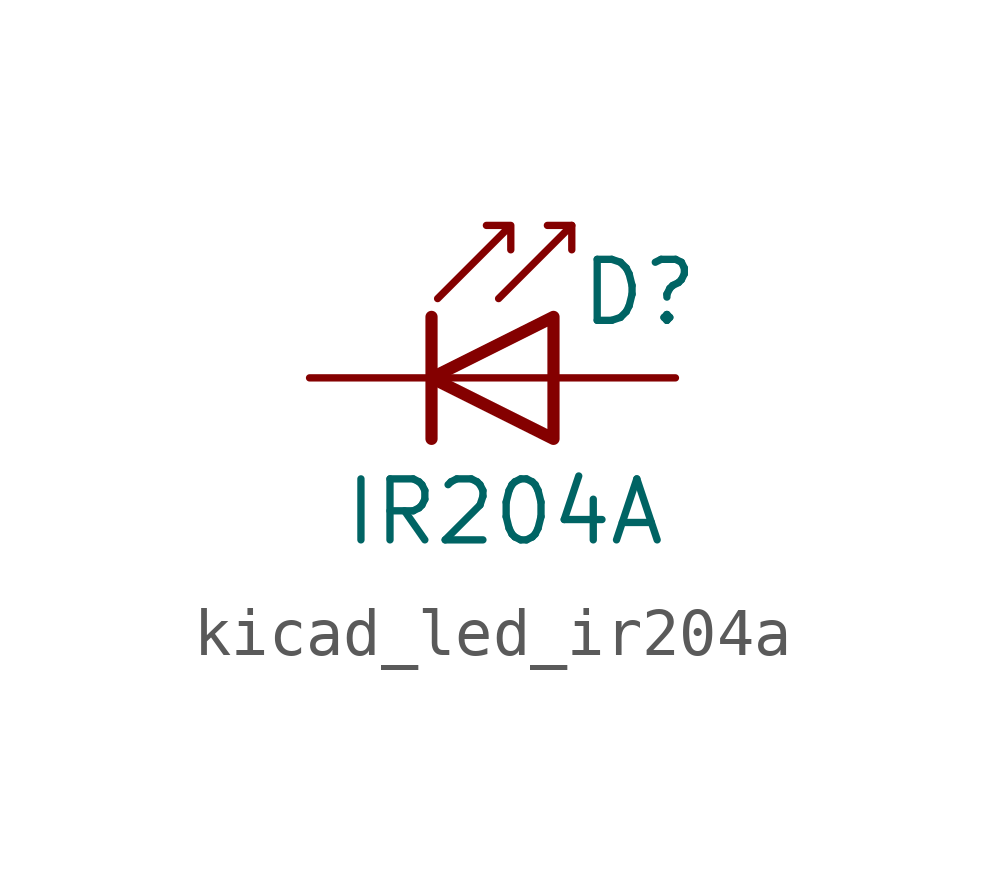
<source format=kicad_sym>
(kicad_symbol_lib
  (version 20220914)
  (generator kicad_symbol_editor)
  (symbol "kicad_led_ir204a"
    (pin_numbers hide)
    (pin_names
      (offset 1.016) hide)
    (property "Reference" "D"
      (at 0.508 1.778 0)
      (effects (font (size 1.27 1.27)) (justify left)))
    (property "Value" "IR204A"
      (at -1.016 -2.794 0)
      (effects (font (size 1.27 1.27))))
    (symbol "kicad_led_ir204a_0_1"
      (polyline (pts (xy -2.54 1.27) (xy -2.54 -1.27)) (stroke (width 0.254) (type default)) (fill (type none)))
      (polyline (pts (xy 0 0) (xy -2.54 0)) (stroke (width 0) (type default)) (fill (type none)))
      (polyline (pts (xy 0.381 3.175) (xy -0.127 3.175)) (stroke (width 0) (type default)) (fill (type none)))
      (polyline (pts (xy -1.143 1.651) (xy 0.381 3.175) (xy 0.381 2.667)) (stroke (width 0) (type default)) (fill (type none)))
      (polyline (pts (xy 0 1.27) (xy -2.54 0) (xy 0 -1.27) (xy 0 1.27)) (stroke (width 0.254) (type default)) (fill (type none)))
      (polyline (pts (xy -2.413 1.651) (xy -0.889 3.175) (xy -0.889 2.667) (xy -0.889 3.175) (xy -1.397 3.175)) (stroke (width 0) (type default)) (fill (type none))))
    (symbol "kicad_led_ir204a_1_1"
      (pin passive line (at -5.08 0 0) (length 2.54) (name "K" (effects (font (size 1.27 1.27)))) (number "1" (effects (font (size 1.27 1.27)))))
      (pin passive line (at 2.54 0 180) (length 2.54) (name "A" (effects (font (size 1.27 1.27)))) (number "2" (effects (font (size 1.27 1.27))))))))
</source>
